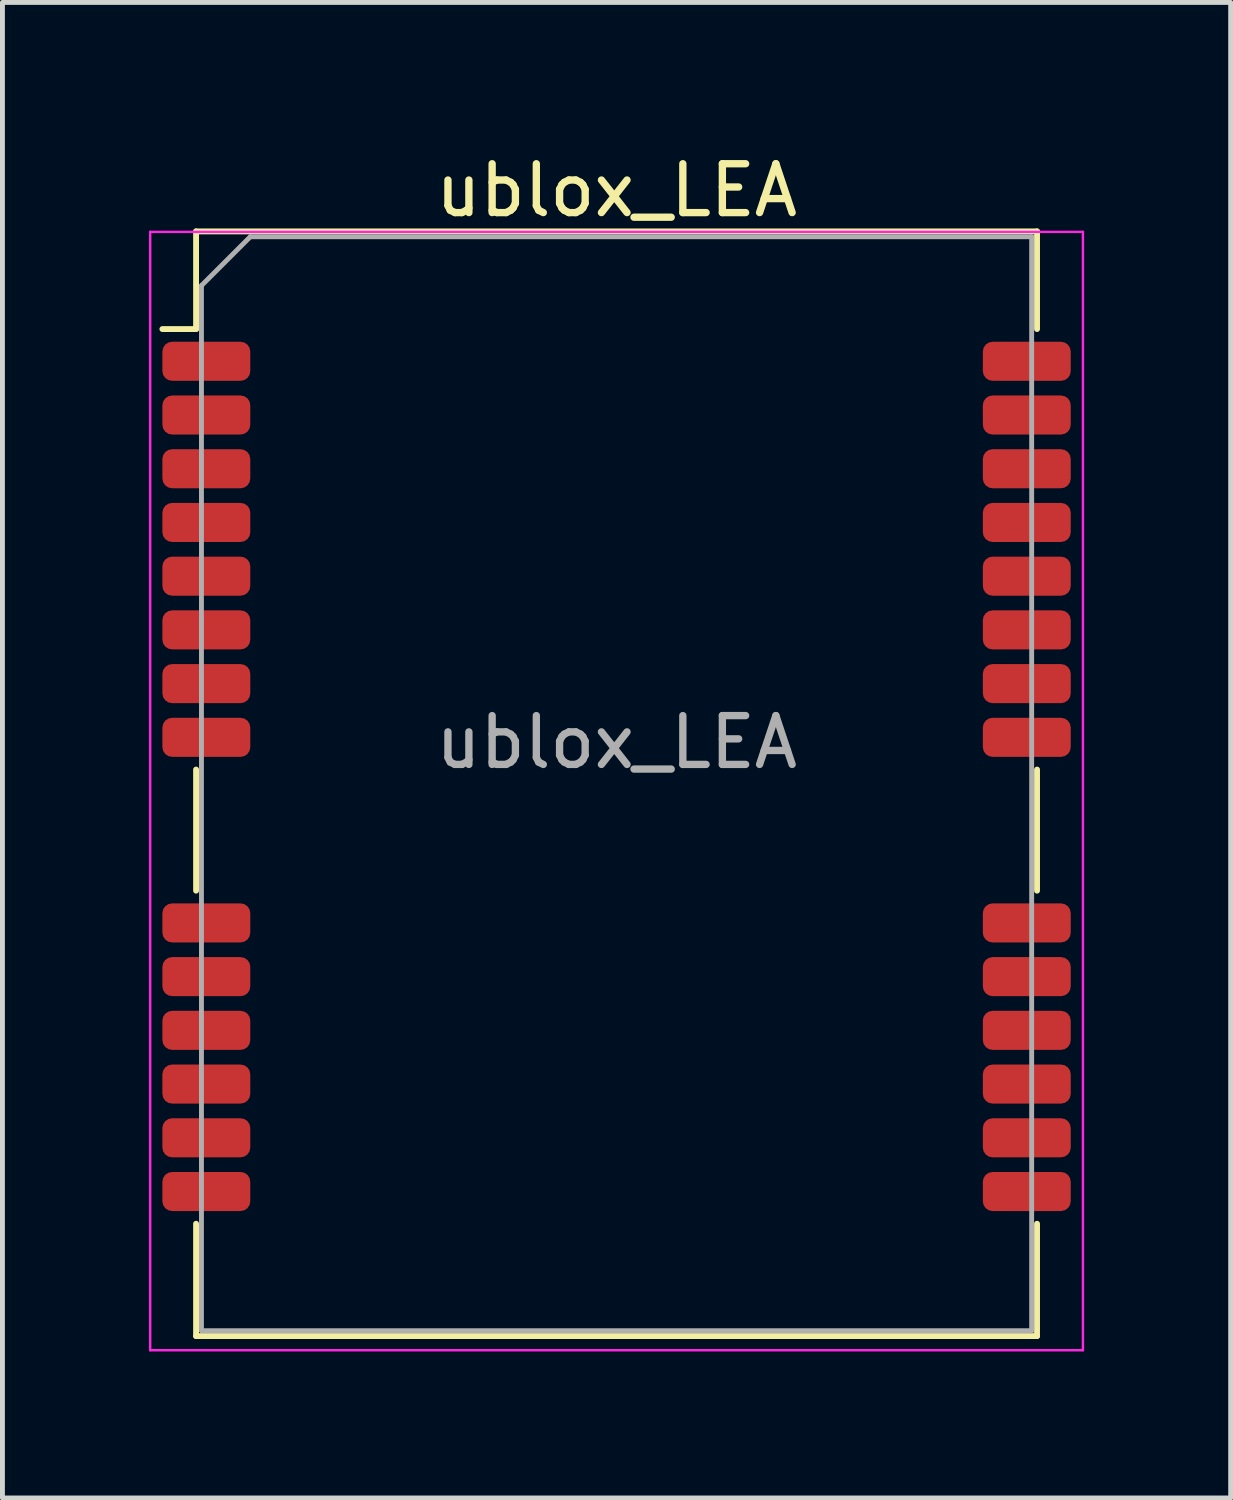
<source format=kicad_pcb>
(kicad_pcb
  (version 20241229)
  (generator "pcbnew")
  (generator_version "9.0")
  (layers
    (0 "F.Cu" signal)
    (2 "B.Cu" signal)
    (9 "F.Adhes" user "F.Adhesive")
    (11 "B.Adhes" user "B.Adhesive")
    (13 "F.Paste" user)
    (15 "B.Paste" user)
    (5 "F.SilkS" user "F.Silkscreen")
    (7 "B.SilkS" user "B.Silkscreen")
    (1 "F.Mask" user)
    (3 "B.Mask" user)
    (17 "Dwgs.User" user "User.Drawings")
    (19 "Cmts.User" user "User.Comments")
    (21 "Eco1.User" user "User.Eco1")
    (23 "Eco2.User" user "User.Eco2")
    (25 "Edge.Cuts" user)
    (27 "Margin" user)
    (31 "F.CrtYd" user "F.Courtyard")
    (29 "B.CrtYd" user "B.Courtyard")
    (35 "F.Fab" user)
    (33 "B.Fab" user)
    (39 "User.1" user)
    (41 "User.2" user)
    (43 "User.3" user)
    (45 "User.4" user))
  (footprint "ublox_LEA"
    (layer "F.Cu")
    (at 9.575 12.998)
    (property "Reference" "ublox_LEA" (at 0 -12.15 0) (layer "F.SilkS") (effects (font (size 1 1) (thickness 0.15))))
    (attr smd)
    (fp_line (start -9.3 -9.31) (end -8.61 -9.31) (stroke (width 0.12) (type solid)) (layer "F.SilkS"))
    (fp_line (start -8.61 -11.31) (end -8.61 -9.31) (stroke (width 0.12) (type solid)) (layer "F.SilkS"))
    (fp_line (start -8.61 -11.31) (end 8.61 -11.31) (stroke (width 0.12) (type solid)) (layer "F.SilkS"))
    (fp_line (start -8.61 -0.29) (end -8.61 2.19) (stroke (width 0.12) (type solid)) (layer "F.SilkS"))
    (fp_line (start -8.61 9.01) (end -8.61 11.31) (stroke (width 0.12) (type solid)) (layer "F.SilkS"))
    (fp_line (start -8.61 11.31) (end 8.61 11.31) (stroke (width 0.12) (type solid)) (layer "F.SilkS"))
    (fp_line (start 8.61 -11.31) (end 8.61 -9.31) (stroke (width 0.12) (type solid)) (layer "F.SilkS"))
    (fp_line (start 8.61 -0.29) (end 8.61 2.19) (stroke (width 0.12) (type solid)) (layer "F.SilkS"))
    (fp_line (start 8.61 9.01) (end 8.61 11.31) (stroke (width 0.12) (type solid)) (layer "F.SilkS"))
    (fp_line (start -9.55 -11.3) (end -9.55 11.6) (stroke (width 0.05) (type solid)) (layer "F.CrtYd"))
    (fp_line (start -9.55 -11.3) (end 9.55 -11.3) (stroke (width 0.05) (type solid)) (layer "F.CrtYd"))
    (fp_line (start -9.55 11.6) (end 9.55 11.6) (stroke (width 0.05) (type solid)) (layer "F.CrtYd"))
    (fp_line (start 9.55 -11.3) (end 9.55 11.6) (stroke (width 0.05) (type solid)) (layer "F.CrtYd"))
    (fp_line (start -8.5 -10.2) (end -8.5 11.19) (stroke (width 0.1) (type solid)) (layer "F.Fab"))
    (fp_line (start -8.5 11.2) (end 8.5 11.2) (stroke (width 0.1) (type solid)) (layer "F.Fab"))
    (fp_line (start -7.5 -11.2) (end -8.5 -10.2) (stroke (width 0.1) (type solid)) (layer "F.Fab"))
    (fp_line (start -7.5 -11.2) (end 8.5 -11.2) (stroke (width 0.1) (type solid)) (layer "F.Fab"))
    (fp_line (start 8.5 -11.2) (end 8.5 11.2) (stroke (width 0.1) (type solid)) (layer "F.Fab"))
    (fp_text user "${REFERENCE}" (at 0 -0.85 0) (layer "F.Fab") (effects (font (size 1 1) (thickness 0.15))))
    (pad "1" smd roundrect (at -8.4 -8.65) (size 1.8 0.8) (layers "F.Cu" "F.Mask" "F.Paste") (roundrect_rratio 0.25))
    (pad "2" smd roundrect (at -8.4 -7.55) (size 1.8 0.8) (layers "F.Cu" "F.Mask" "F.Paste") (roundrect_rratio 0.25))
    (pad "3" smd roundrect (at -8.4 -6.45) (size 1.8 0.8) (layers "F.Cu" "F.Mask" "F.Paste") (roundrect_rratio 0.25))
    (pad "4" smd roundrect (at -8.4 -5.35) (size 1.8 0.8) (layers "F.Cu" "F.Mask" "F.Paste") (roundrect_rratio 0.25))
    (pad "5" smd roundrect (at -8.4 -4.25) (size 1.8 0.8) (layers "F.Cu" "F.Mask" "F.Paste") (roundrect_rratio 0.25))
    (pad "6" smd roundrect (at -8.4 -3.15) (size 1.8 0.8) (layers "F.Cu" "F.Mask" "F.Paste") (roundrect_rratio 0.25))
    (pad "7" smd roundrect (at -8.4 -2.05) (size 1.8 0.8) (layers "F.Cu" "F.Mask" "F.Paste") (roundrect_rratio 0.25))
    (pad "8" smd roundrect (at -8.4 -0.95) (size 1.8 0.8) (layers "F.Cu" "F.Mask" "F.Paste") (roundrect_rratio 0.25))
    (pad "9" smd roundrect (at -8.4 2.85) (size 1.8 0.8) (layers "F.Cu" "F.Mask" "F.Paste") (roundrect_rratio 0.25))
    (pad "10" smd roundrect (at -8.4 3.95) (size 1.8 0.8) (layers "F.Cu" "F.Mask" "F.Paste") (roundrect_rratio 0.25))
    (pad "11" smd roundrect (at -8.4 5.05) (size 1.8 0.8) (layers "F.Cu" "F.Mask" "F.Paste") (roundrect_rratio 0.25))
    (pad "12" smd roundrect (at -8.4 6.15) (size 1.8 0.8) (layers "F.Cu" "F.Mask" "F.Paste") (roundrect_rratio 0.25))
    (pad "13" smd roundrect (at -8.4 7.25) (size 1.8 0.8) (layers "F.Cu" "F.Mask" "F.Paste") (roundrect_rratio 0.25))
    (pad "14" smd roundrect (at -8.4 8.35) (size 1.8 0.8) (layers "F.Cu" "F.Mask" "F.Paste") (roundrect_rratio 0.25))
    (pad "15" smd roundrect (at 8.4 8.35) (size 1.8 0.8) (layers "F.Cu" "F.Mask" "F.Paste") (roundrect_rratio 0.25))
    (pad "16" smd roundrect (at 8.4 7.25) (size 1.8 0.8) (layers "F.Cu" "F.Mask" "F.Paste") (roundrect_rratio 0.25))
    (pad "17" smd roundrect (at 8.4 6.15) (size 1.8 0.8) (layers "F.Cu" "F.Mask" "F.Paste") (roundrect_rratio 0.25))
    (pad "18" smd roundrect (at 8.4 5.05) (size 1.8 0.8) (layers "F.Cu" "F.Mask" "F.Paste") (roundrect_rratio 0.25))
    (pad "19" smd roundrect (at 8.4 3.95) (size 1.8 0.8) (layers "F.Cu" "F.Mask" "F.Paste") (roundrect_rratio 0.25))
    (pad "20" smd roundrect (at 8.4 2.85) (size 1.8 0.8) (layers "F.Cu" "F.Mask" "F.Paste") (roundrect_rratio 0.25))
    (pad "21" smd roundrect (at 8.4 -0.95) (size 1.8 0.8) (layers "F.Cu" "F.Mask" "F.Paste") (roundrect_rratio 0.25))
    (pad "22" smd roundrect (at 8.4 -2.05) (size 1.8 0.8) (layers "F.Cu" "F.Mask" "F.Paste") (roundrect_rratio 0.25))
    (pad "23" smd roundrect (at 8.4 -3.15) (size 1.8 0.8) (layers "F.Cu" "F.Mask" "F.Paste") (roundrect_rratio 0.25))
    (pad "24" smd roundrect (at 8.4 -4.25) (size 1.8 0.8) (layers "F.Cu" "F.Mask" "F.Paste") (roundrect_rratio 0.25))
    (pad "25" smd roundrect (at 8.4 -5.35) (size 1.8 0.8) (layers "F.Cu" "F.Mask" "F.Paste") (roundrect_rratio 0.25))
    (pad "26" smd roundrect (at 8.4 -6.45) (size 1.8 0.8) (layers "F.Cu" "F.Mask" "F.Paste") (roundrect_rratio 0.25))
    (pad "27" smd roundrect (at 8.4 -7.55) (size 1.8 0.8) (layers "F.Cu" "F.Mask" "F.Paste") (roundrect_rratio 0.25))
    (pad "28" smd roundrect (at 8.4 -8.65) (size 1.8 0.8) (layers "F.Cu" "F.Mask" "F.Paste") (roundrect_rratio 0.25)))
  (gr_rect
    (start -3 -3)
    (end 22.15 27.623)
    (stroke (width 0.1) (type default))
    (fill no)
    (layer "Edge.Cuts")))
</source>
